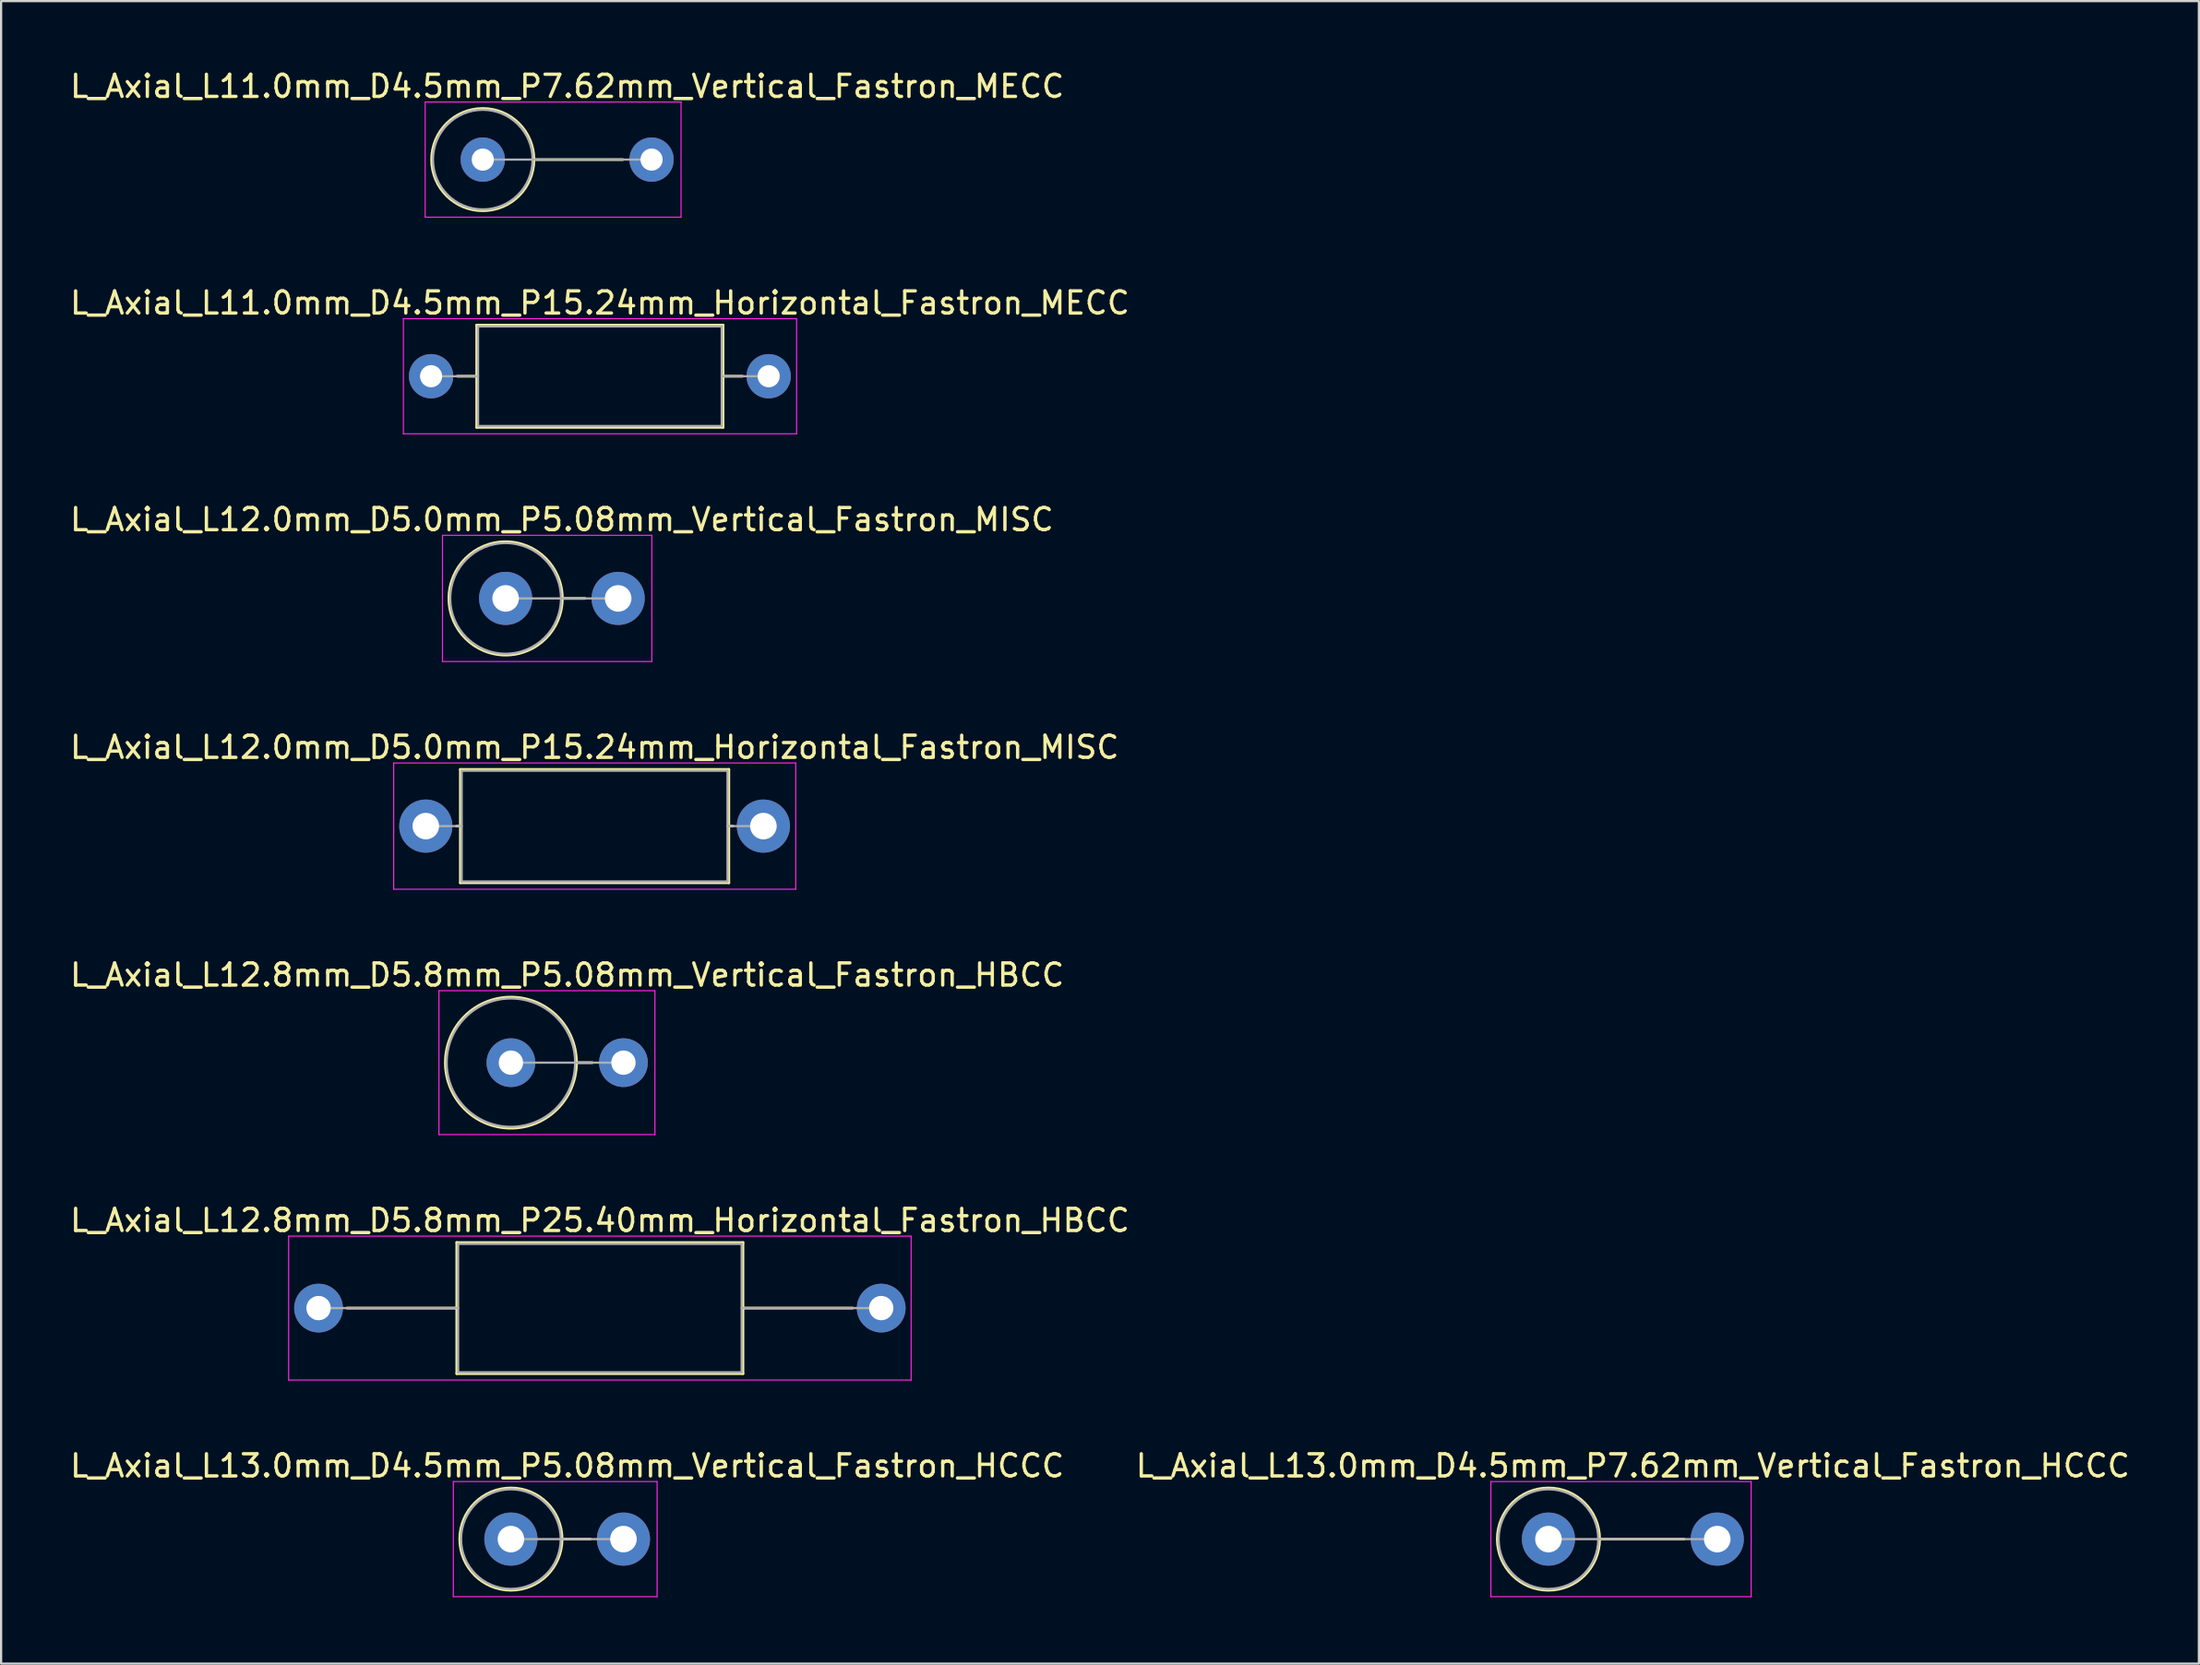
<source format=kicad_pcb>
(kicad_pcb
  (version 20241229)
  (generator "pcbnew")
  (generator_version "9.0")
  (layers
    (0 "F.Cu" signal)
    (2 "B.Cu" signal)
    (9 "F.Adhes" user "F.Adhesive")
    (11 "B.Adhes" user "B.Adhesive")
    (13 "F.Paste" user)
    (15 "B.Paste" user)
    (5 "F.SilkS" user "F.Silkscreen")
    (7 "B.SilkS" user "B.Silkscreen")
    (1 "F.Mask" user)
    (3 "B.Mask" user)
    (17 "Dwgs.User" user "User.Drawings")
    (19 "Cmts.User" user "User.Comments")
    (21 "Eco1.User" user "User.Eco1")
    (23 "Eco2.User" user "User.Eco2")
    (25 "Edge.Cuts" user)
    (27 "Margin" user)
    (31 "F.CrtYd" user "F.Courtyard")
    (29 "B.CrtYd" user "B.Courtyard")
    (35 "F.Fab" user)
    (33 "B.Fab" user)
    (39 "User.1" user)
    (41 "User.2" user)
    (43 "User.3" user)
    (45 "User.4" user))
  (footprint "L_Axial_L12.8mm_D5.8mm_P25.40mm_Horizontal_Fastron_HBCC"
    (layer "F.Cu")
    (at 11.33 56.025)
    (property "Reference" "L_Axial_L12.8mm_D5.8mm_P25.40mm_Horizontal_Fastron_HBCC" (at 12.7 -3.96 0) (layer "F.SilkS") (effects (font (size 1 1) (thickness 0.15))))
    (attr through_hole)
    (fp_line (start 1.28 0) (end 6.24 0) (stroke (width 0.12) (type solid)) (layer "F.SilkS"))
    (fp_line (start 6.24 -2.96) (end 6.24 2.96) (stroke (width 0.12) (type solid)) (layer "F.SilkS"))
    (fp_line (start 6.24 2.96) (end 19.16 2.96) (stroke (width 0.12) (type solid)) (layer "F.SilkS"))
    (fp_line (start 19.16 -2.96) (end 6.24 -2.96) (stroke (width 0.12) (type solid)) (layer "F.SilkS"))
    (fp_line (start 19.16 2.96) (end 19.16 -2.96) (stroke (width 0.12) (type solid)) (layer "F.SilkS"))
    (fp_line (start 24.12 0) (end 19.16 0) (stroke (width 0.12) (type solid)) (layer "F.SilkS"))
    (fp_line (start -1.35 -3.25) (end -1.35 3.25) (stroke (width 0.05) (type solid)) (layer "F.CrtYd"))
    (fp_line (start -1.35 3.25) (end 26.75 3.25) (stroke (width 0.05) (type solid)) (layer "F.CrtYd"))
    (fp_line (start 26.75 -3.25) (end -1.35 -3.25) (stroke (width 0.05) (type solid)) (layer "F.CrtYd"))
    (fp_line (start 26.75 3.25) (end 26.75 -3.25) (stroke (width 0.05) (type solid)) (layer "F.CrtYd"))
    (fp_line (start 0 0) (end 6.3 0) (stroke (width 0.1) (type solid)) (layer "F.Fab"))
    (fp_line (start 6.3 -2.9) (end 6.3 2.9) (stroke (width 0.1) (type solid)) (layer "F.Fab"))
    (fp_line (start 6.3 2.9) (end 19.1 2.9) (stroke (width 0.1) (type solid)) (layer "F.Fab"))
    (fp_line (start 19.1 -2.9) (end 6.3 -2.9) (stroke (width 0.1) (type solid)) (layer "F.Fab"))
    (fp_line (start 19.1 2.9) (end 19.1 -2.9) (stroke (width 0.1) (type solid)) (layer "F.Fab"))
    (fp_line (start 25.4 0) (end 19.1 0) (stroke (width 0.1) (type solid)) (layer "F.Fab"))
    (pad "1" thru_hole circle (at 0 0) (size 2.2 2.2) (drill 1.1) (layers "*.Cu" "*.Mask"))
    (pad "2" thru_hole oval (at 25.4 0) (size 2.2 2.2) (drill 1.1) (layers "*.Cu" "*.Mask")))
  (footprint "L_Axial_L12.8mm_D5.8mm_P5.08mm_Vertical_Fastron_HBCC"
    (layer "F.Cu")
    (at 20.014 44.941)
    (property "Reference" "L_Axial_L12.8mm_D5.8mm_P5.08mm_Vertical_Fastron_HBCC" (at 2.54 -3.96 0) (layer "F.SilkS") (effects (font (size 1 1) (thickness 0.15))))
    (attr through_hole)
    (fp_line (start 2.96 0) (end 3.68 0) (stroke (width 0.12) (type solid)) (layer "F.SilkS"))
    (fp_circle (center 0 0) (end 2.96 0) (stroke (width 0.12) (type solid)) (fill no) (layer "F.SilkS"))
    (fp_line (start -3.25 -3.25) (end -3.25 3.25) (stroke (width 0.05) (type solid)) (layer "F.CrtYd"))
    (fp_line (start -3.25 3.25) (end 6.5 3.25) (stroke (width 0.05) (type solid)) (layer "F.CrtYd"))
    (fp_line (start 6.5 -3.25) (end -3.25 -3.25) (stroke (width 0.05) (type solid)) (layer "F.CrtYd"))
    (fp_line (start 6.5 3.25) (end 6.5 -3.25) (stroke (width 0.05) (type solid)) (layer "F.CrtYd"))
    (fp_line (start 0 0) (end 5.08 0) (stroke (width 0.1) (type solid)) (layer "F.Fab"))
    (fp_circle (center 0 0) (end 2.9 0) (stroke (width 0.1) (type solid)) (fill no) (layer "F.Fab"))
    (pad "1" thru_hole circle (at 0 0) (size 2.2 2.2) (drill 1.1) (layers "*.Cu" "*.Mask"))
    (pad "2" thru_hole oval (at 5.08 0) (size 2.2 2.2) (drill 1.1) (layers "*.Cu" "*.Mask")))
  (footprint "L_Axial_L12.0mm_D5.0mm_P5.08mm_Vertical_Fastron_MISC"
    (layer "F.Cu")
    (at 19.775 23.975)
    (property "Reference" "L_Axial_L12.0mm_D5.0mm_P5.08mm_Vertical_Fastron_MISC" (at 2.54 -3.56 0) (layer "F.SilkS") (effects (font (size 1 1) (thickness 0.15))))
    (attr through_hole)
    (fp_line (start 2.56 0) (end 3.58 0) (stroke (width 0.12) (type solid)) (layer "F.SilkS"))
    (fp_circle (center 0 0) (end 2.56 0) (stroke (width 0.12) (type solid)) (fill no) (layer "F.SilkS"))
    (fp_line (start -2.85 -2.85) (end -2.85 2.85) (stroke (width 0.05) (type solid)) (layer "F.CrtYd"))
    (fp_line (start -2.85 2.85) (end 6.6 2.85) (stroke (width 0.05) (type solid)) (layer "F.CrtYd"))
    (fp_line (start 6.6 -2.85) (end -2.85 -2.85) (stroke (width 0.05) (type solid)) (layer "F.CrtYd"))
    (fp_line (start 6.6 2.85) (end 6.6 -2.85) (stroke (width 0.05) (type solid)) (layer "F.CrtYd"))
    (fp_line (start 0 0) (end 5.08 0) (stroke (width 0.1) (type solid)) (layer "F.Fab"))
    (fp_circle (center 0 0) (end 2.5 0) (stroke (width 0.1) (type solid)) (fill no) (layer "F.Fab"))
    (pad "1" thru_hole circle (at 0 0) (size 2.4 2.4) (drill 1.2) (layers "*.Cu" "*.Mask"))
    (pad "2" thru_hole oval (at 5.08 0) (size 2.4 2.4) (drill 1.2) (layers "*.Cu" "*.Mask")))
  (footprint "L_Axial_L12.0mm_D5.0mm_P15.24mm_Horizontal_Fastron_MISC"
    (layer "F.Cu")
    (at 16.172 34.258)
    (property "Reference" "L_Axial_L12.0mm_D5.0mm_P15.24mm_Horizontal_Fastron_MISC" (at 7.62 -3.56 0) (layer "F.SilkS") (effects (font (size 1 1) (thickness 0.15))))
    (attr through_hole)
    (fp_line (start 1.38 0) (end 1.56 0) (stroke (width 0.12) (type solid)) (layer "F.SilkS"))
    (fp_line (start 1.56 -2.56) (end 1.56 2.56) (stroke (width 0.12) (type solid)) (layer "F.SilkS"))
    (fp_line (start 1.56 2.56) (end 13.68 2.56) (stroke (width 0.12) (type solid)) (layer "F.SilkS"))
    (fp_line (start 13.68 -2.56) (end 1.56 -2.56) (stroke (width 0.12) (type solid)) (layer "F.SilkS"))
    (fp_line (start 13.68 2.56) (end 13.68 -2.56) (stroke (width 0.12) (type solid)) (layer "F.SilkS"))
    (fp_line (start 13.86 0) (end 13.68 0) (stroke (width 0.12) (type solid)) (layer "F.SilkS"))
    (fp_line (start -1.45 -2.85) (end -1.45 2.85) (stroke (width 0.05) (type solid)) (layer "F.CrtYd"))
    (fp_line (start -1.45 2.85) (end 16.7 2.85) (stroke (width 0.05) (type solid)) (layer "F.CrtYd"))
    (fp_line (start 16.7 -2.85) (end -1.45 -2.85) (stroke (width 0.05) (type solid)) (layer "F.CrtYd"))
    (fp_line (start 16.7 2.85) (end 16.7 -2.85) (stroke (width 0.05) (type solid)) (layer "F.CrtYd"))
    (fp_line (start 0 0) (end 1.62 0) (stroke (width 0.1) (type solid)) (layer "F.Fab"))
    (fp_line (start 1.62 -2.5) (end 1.62 2.5) (stroke (width 0.1) (type solid)) (layer "F.Fab"))
    (fp_line (start 1.62 2.5) (end 13.62 2.5) (stroke (width 0.1) (type solid)) (layer "F.Fab"))
    (fp_line (start 13.62 -2.5) (end 1.62 -2.5) (stroke (width 0.1) (type solid)) (layer "F.Fab"))
    (fp_line (start 13.62 2.5) (end 13.62 -2.5) (stroke (width 0.1) (type solid)) (layer "F.Fab"))
    (fp_line (start 15.24 0) (end 13.62 0) (stroke (width 0.1) (type solid)) (layer "F.Fab"))
    (pad "1" thru_hole circle (at 0 0) (size 2.4 2.4) (drill 1.2) (layers "*.Cu" "*.Mask"))
    (pad "2" thru_hole oval (at 15.24 0) (size 2.4 2.4) (drill 1.2) (layers "*.Cu" "*.Mask")))
  (footprint "L_Axial_L11.0mm_D4.5mm_P15.24mm_Horizontal_Fastron_MECC"
    (layer "F.Cu")
    (at 16.41 13.941)
    (property "Reference" "L_Axial_L11.0mm_D4.5mm_P15.24mm_Horizontal_Fastron_MECC" (at 7.62 -3.31 0) (layer "F.SilkS") (effects (font (size 1 1) (thickness 0.15))))
    (attr through_hole)
    (fp_line (start 1.18 0) (end 2.06 0) (stroke (width 0.12) (type solid)) (layer "F.SilkS"))
    (fp_line (start 2.06 -2.31) (end 2.06 2.31) (stroke (width 0.12) (type solid)) (layer "F.SilkS"))
    (fp_line (start 2.06 2.31) (end 13.18 2.31) (stroke (width 0.12) (type solid)) (layer "F.SilkS"))
    (fp_line (start 13.18 -2.31) (end 2.06 -2.31) (stroke (width 0.12) (type solid)) (layer "F.SilkS"))
    (fp_line (start 13.18 2.31) (end 13.18 -2.31) (stroke (width 0.12) (type solid)) (layer "F.SilkS"))
    (fp_line (start 14.06 0) (end 13.18 0) (stroke (width 0.12) (type solid)) (layer "F.SilkS"))
    (fp_line (start -1.25 -2.6) (end -1.25 2.6) (stroke (width 0.05) (type solid)) (layer "F.CrtYd"))
    (fp_line (start -1.25 2.6) (end 16.5 2.6) (stroke (width 0.05) (type solid)) (layer "F.CrtYd"))
    (fp_line (start 16.5 -2.6) (end -1.25 -2.6) (stroke (width 0.05) (type solid)) (layer "F.CrtYd"))
    (fp_line (start 16.5 2.6) (end 16.5 -2.6) (stroke (width 0.05) (type solid)) (layer "F.CrtYd"))
    (fp_line (start 0 0) (end 2.12 0) (stroke (width 0.1) (type solid)) (layer "F.Fab"))
    (fp_line (start 2.12 -2.25) (end 2.12 2.25) (stroke (width 0.1) (type solid)) (layer "F.Fab"))
    (fp_line (start 2.12 2.25) (end 13.12 2.25) (stroke (width 0.1) (type solid)) (layer "F.Fab"))
    (fp_line (start 13.12 -2.25) (end 2.12 -2.25) (stroke (width 0.1) (type solid)) (layer "F.Fab"))
    (fp_line (start 13.12 2.25) (end 13.12 -2.25) (stroke (width 0.1) (type solid)) (layer "F.Fab"))
    (fp_line (start 15.24 0) (end 13.12 0) (stroke (width 0.1) (type solid)) (layer "F.Fab"))
    (pad "1" thru_hole circle (at 0 0) (size 2 2) (drill 1) (layers "*.Cu" "*.Mask"))
    (pad "2" thru_hole oval (at 15.24 0) (size 2 2) (drill 1) (layers "*.Cu" "*.Mask")))
  (footprint "L_Axial_L13.0mm_D4.5mm_P5.08mm_Vertical_Fastron_HCCC"
    (layer "F.Cu")
    (at 20.014 66.458)
    (property "Reference" "L_Axial_L13.0mm_D4.5mm_P5.08mm_Vertical_Fastron_HCCC" (at 2.54 -3.31 0) (layer "F.SilkS") (effects (font (size 1 1) (thickness 0.15))))
    (attr through_hole)
    (fp_line (start 2.31 0) (end 3.58 0) (stroke (width 0.12) (type solid)) (layer "F.SilkS"))
    (fp_circle (center 0 0) (end 2.31 0) (stroke (width 0.12) (type solid)) (fill no) (layer "F.SilkS"))
    (fp_line (start -2.6 -2.6) (end -2.6 2.6) (stroke (width 0.05) (type solid)) (layer "F.CrtYd"))
    (fp_line (start -2.6 2.6) (end 6.6 2.6) (stroke (width 0.05) (type solid)) (layer "F.CrtYd"))
    (fp_line (start 6.6 -2.6) (end -2.6 -2.6) (stroke (width 0.05) (type solid)) (layer "F.CrtYd"))
    (fp_line (start 6.6 2.6) (end 6.6 -2.6) (stroke (width 0.05) (type solid)) (layer "F.CrtYd"))
    (fp_line (start 0 0) (end 5.08 0) (stroke (width 0.1) (type solid)) (layer "F.Fab"))
    (fp_circle (center 0 0) (end 2.25 0) (stroke (width 0.1) (type solid)) (fill no) (layer "F.Fab"))
    (pad "1" thru_hole circle (at 0 0) (size 2.4 2.4) (drill 1.2) (layers "*.Cu" "*.Mask"))
    (pad "2" thru_hole oval (at 5.08 0) (size 2.4 2.4) (drill 1.2) (layers "*.Cu" "*.Mask")))
  (footprint "L_Axial_L11.0mm_D4.5mm_P7.62mm_Vertical_Fastron_MECC"
    (layer "F.Cu")
    (at 18.744 4.158)
    (property "Reference" "L_Axial_L11.0mm_D4.5mm_P7.62mm_Vertical_Fastron_MECC" (at 3.81 -3.31 0) (layer "F.SilkS") (effects (font (size 1 1) (thickness 0.15))))
    (attr through_hole)
    (fp_line (start 2.31 0) (end 6.32 0) (stroke (width 0.12) (type solid)) (layer "F.SilkS"))
    (fp_circle (center 0 0) (end 2.31 0) (stroke (width 0.12) (type solid)) (fill no) (layer "F.SilkS"))
    (fp_line (start -2.6 -2.6) (end -2.6 2.6) (stroke (width 0.05) (type solid)) (layer "F.CrtYd"))
    (fp_line (start -2.6 2.6) (end 8.95 2.6) (stroke (width 0.05) (type solid)) (layer "F.CrtYd"))
    (fp_line (start 8.95 -2.6) (end -2.6 -2.6) (stroke (width 0.05) (type solid)) (layer "F.CrtYd"))
    (fp_line (start 8.95 2.6) (end 8.95 -2.6) (stroke (width 0.05) (type solid)) (layer "F.CrtYd"))
    (fp_line (start 0 0) (end 7.62 0) (stroke (width 0.1) (type solid)) (layer "F.Fab"))
    (fp_circle (center 0 0) (end 2.25 0) (stroke (width 0.1) (type solid)) (fill no) (layer "F.Fab"))
    (pad "1" thru_hole circle (at 0 0) (size 2 2) (drill 1) (layers "*.Cu" "*.Mask"))
    (pad "2" thru_hole oval (at 7.62 0) (size 2 2) (drill 1) (layers "*.Cu" "*.Mask")))
  (footprint "L_Axial_L13.0mm_D4.5mm_P7.62mm_Vertical_Fastron_HCCC"
    (layer "F.Cu")
    (at 66.851 66.458)
    (property "Reference" "L_Axial_L13.0mm_D4.5mm_P7.62mm_Vertical_Fastron_HCCC" (at 3.81 -3.31 0) (layer "F.SilkS") (effects (font (size 1 1) (thickness 0.15))))
    (attr through_hole)
    (fp_line (start 2.31 0) (end 6.12 0) (stroke (width 0.12) (type solid)) (layer "F.SilkS"))
    (fp_circle (center 0 0) (end 2.31 0) (stroke (width 0.12) (type solid)) (fill no) (layer "F.SilkS"))
    (fp_line (start -2.6 -2.6) (end -2.6 2.6) (stroke (width 0.05) (type solid)) (layer "F.CrtYd"))
    (fp_line (start -2.6 2.6) (end 9.15 2.6) (stroke (width 0.05) (type solid)) (layer "F.CrtYd"))
    (fp_line (start 9.15 -2.6) (end -2.6 -2.6) (stroke (width 0.05) (type solid)) (layer "F.CrtYd"))
    (fp_line (start 9.15 2.6) (end 9.15 -2.6) (stroke (width 0.05) (type solid)) (layer "F.CrtYd"))
    (fp_line (start 0 0) (end 7.62 0) (stroke (width 0.1) (type solid)) (layer "F.Fab"))
    (fp_circle (center 0 0) (end 2.25 0) (stroke (width 0.1) (type solid)) (fill no) (layer "F.Fab"))
    (pad "1" thru_hole circle (at 0 0) (size 2.4 2.4) (drill 1.2) (layers "*.Cu" "*.Mask"))
    (pad "2" thru_hole oval (at 7.62 0) (size 2.4 2.4) (drill 1.2) (layers "*.Cu" "*.Mask")))
  (gr_rect
    (start -3 -3)
    (end 96.214 72.083)
    (stroke (width 0.1) (type default))
    (fill no)
    (layer "Edge.Cuts")))
</source>
